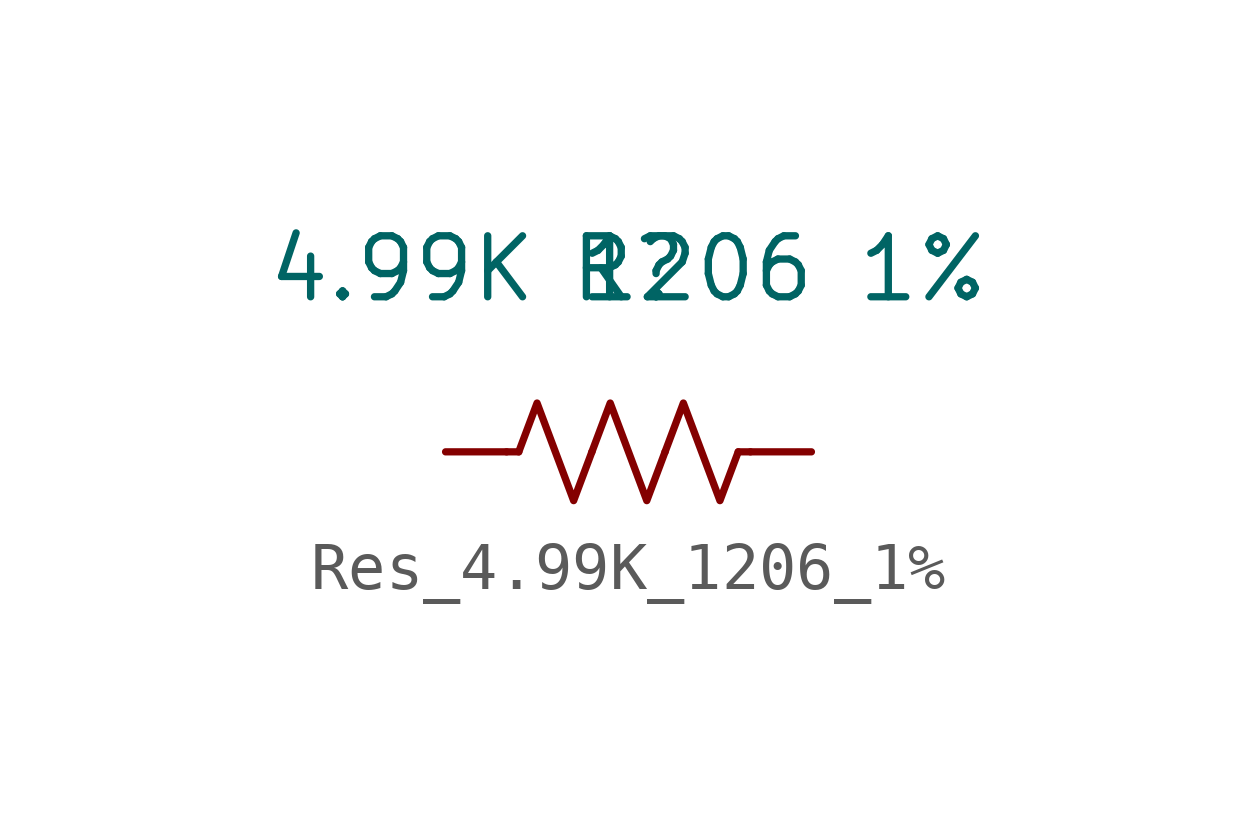
<source format=kicad_sym>
(kicad_symbol_lib
  (version 20231120)
  (generator "kicad_symbol_editor")
  (generator_version "8.0")
  (symbol "Res_4.99K_1206_1%"
    (pin_numbers hide)
    (pin_names hide)
    (property "Reference" "R"
      (at 0 0 0)
      (effects (font (size 1.27 1.27))))
    (property "Value" "4.99K 1206 1%"
      (at 0 0 0)
      (effects (font (size 1.27 1.27))))
    (symbol "Res_4.99K_1206_1%_0_1"
      (polyline (pts (xy -2.286 -3.81) (xy -2.54 -3.81)) (stroke (width 0) (type default)) (fill (type none)))
      (polyline (pts (xy 2.286 -3.81) (xy 2.54 -3.81)) (stroke (width 0) (type default)) (fill (type none)))
      (polyline (pts (xy -2.286 -3.81) (xy -1.905 -2.794) (xy -1.524 -3.81) (xy -1.143 -4.826) (xy -0.762 -3.81)) (stroke (width 0) (type default)) (fill (type none)))
      (polyline (pts (xy 0.762 -3.81) (xy 1.143 -2.794) (xy 1.524 -3.81) (xy 1.905 -4.826) (xy 2.286 -3.81)) (stroke (width 0) (type default)) (fill (type none))))
    (symbol "Res_4.99K_1206_1%_1_1"
      (polyline (pts (xy -0.762 -3.81) (xy -0.381 -2.794) (xy 0 -3.81) (xy 0.381 -4.826) (xy 0.762 -3.81)) (stroke (width 0) (type default)) (fill (type none)))
      (pin passive line (at -3.81 -3.81 0) (length 1.27) (name "~" (effects (font (size 1.27 1.27)))) (number "1" (effects (font (size 1.27 1.27)))))
      (pin passive line (at 3.81 -3.81 180) (length 1.27) (name "~" (effects (font (size 1.27 1.27)))) (number "2" (effects (font (size 1.27 1.27))))))))
</source>
